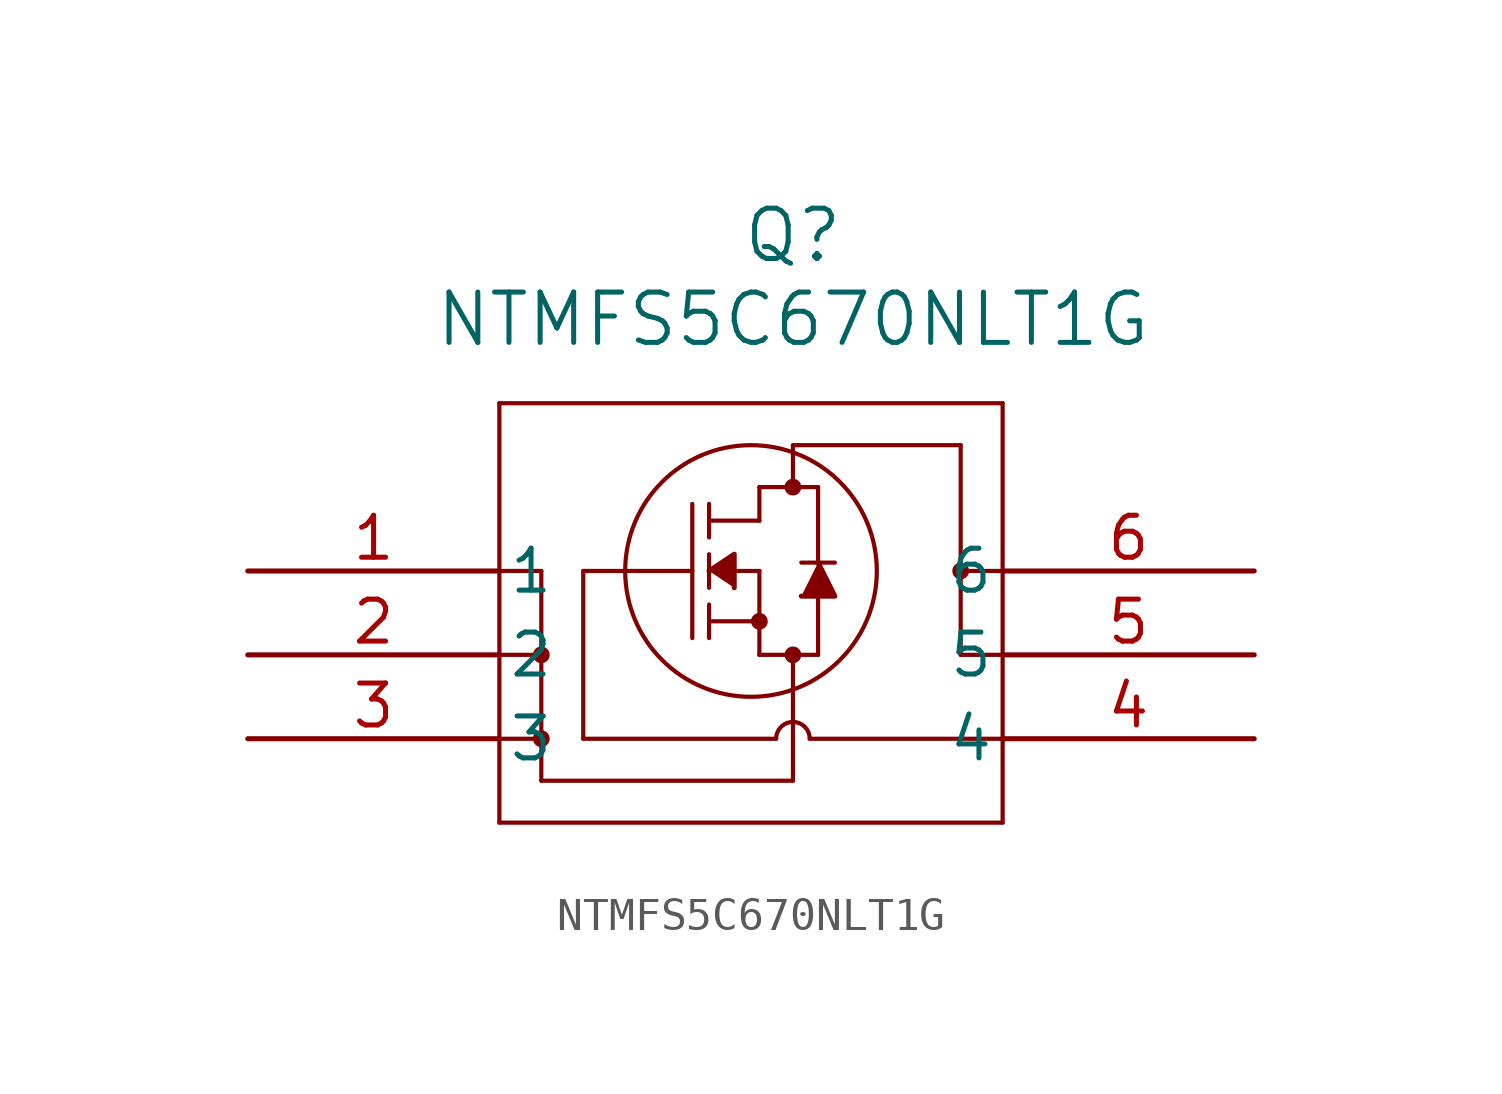
<source format=kicad_sym>
(kicad_symbol_lib
  (version 20211014)
  (generator kicad_symbol_editor)
  (symbol "NTMFS5C670NLT1G"
    (pin_names
      (offset 0.254))
    (property "Reference" "Q"
      (at 16.51 10.16 0)
      (effects (font (size 1.524 1.524))))
    (property "Value" "NTMFS5C670NLT1G"
      (at 16.51 7.62 0)
      (effects (font (size 1.524 1.524))))
    (symbol "NTMFS5C670NLT1G_0_1"
      (circle (center 15.24 0) (radius 3.81) (stroke (width 0.127) (type default) (color 0 0 0 0)) (fill (type none)))
      (polyline (pts (xy 7.62 -7.62) (xy 22.86 -7.62)) (stroke (width 0.127) (type default) (color 0 0 0 0)) (fill (type none)))
      (polyline (pts (xy 22.86 -7.62) (xy 22.86 5.08)) (stroke (width 0.127) (type default) (color 0 0 0 0)) (fill (type none)))
      (polyline (pts (xy 22.86 5.08) (xy 7.62 5.08)) (stroke (width 0.127) (type default) (color 0 0 0 0)) (fill (type none)))
      (polyline (pts (xy 13.462 2.032) (xy 13.462 -2.032)) (stroke (width 0.127) (type default) (color 0 0 0 0)) (fill (type none)))
      (polyline (pts (xy 13.97 2.032) (xy 13.97 1.016)) (stroke (width 0.127) (type default) (color 0 0 0 0)) (fill (type none)))
      (polyline (pts (xy 13.97 0.508) (xy 13.97 -0.508)) (stroke (width 0.127) (type default) (color 0 0 0 0)) (fill (type none)))
      (polyline (pts (xy 13.97 -1.016) (xy 13.97 -2.032)) (stroke (width 0.127) (type default) (color 0 0 0 0)) (fill (type none)))
      (polyline (pts (xy 15.494 0) (xy 14.732 0)) (stroke (width 0.127) (type default) (color 0 0 0 0)) (fill (type none)))
      (polyline (pts (xy 13.97 -1.524) (xy 15.494 -1.524)) (stroke (width 0.127) (type default) (color 0 0 0 0)) (fill (type none)))
      (polyline (pts (xy 15.494 0) (xy 15.494 -2.54)) (stroke (width 0.127) (type default) (color 0 0 0 0)) (fill (type none)))
      (polyline (pts (xy 15.494 -2.54) (xy 17.272 -2.54)) (stroke (width 0.127) (type default) (color 0 0 0 0)) (fill (type none)))
      (polyline (pts (xy 17.272 -2.54) (xy 17.272 -0.762)) (stroke (width 0.127) (type default) (color 0 0 0 0)) (fill (type none)))
      (polyline (pts (xy 17.78 0.254) (xy 16.764 0.254)) (stroke (width 0.127) (type default) (color 0 0 0 0)) (fill (type none)))
      (polyline (pts (xy 13.97 1.524) (xy 15.494 1.524)) (stroke (width 0.127) (type default) (color 0 0 0 0)) (fill (type none)))
      (polyline (pts (xy 15.494 2.54) (xy 15.494 1.524)) (stroke (width 0.127) (type default) (color 0 0 0 0)) (fill (type none)))
      (polyline (pts (xy 15.494 2.54) (xy 17.272 2.54)) (stroke (width 0.127) (type default) (color 0 0 0 0)) (fill (type none)))
      (polyline (pts (xy 17.272 2.54) (xy 17.272 0.254)) (stroke (width 0.127) (type default) (color 0 0 0 0)) (fill (type none)))
      (circle (center 16.51 2.54) (radius 0.127) (stroke (width 0.254) (type default) (color 0 0 0 0)) (fill (type none)))
      (circle (center 15.494 -1.524) (radius 0.127) (stroke (width 0.254) (type default) (color 0 0 0 0)) (fill (type none)))
      (circle (center 16.51 -2.54) (radius 0.127) (stroke (width 0.254) (type default) (color 0 0 0 0)) (fill (type none)))
      (polyline (pts (xy 16.51 3.81) (xy 16.51 2.54)) (stroke (width 0.127) (type default) (color 0 0 0 0)) (fill (type none)))
      (polyline (pts (xy 16.51 3.81) (xy 21.59 3.81)) (stroke (width 0.127) (type default) (color 0 0 0 0)) (fill (type none)))
      (polyline (pts (xy 21.59 3.81) (xy 21.59 -2.54)) (stroke (width 0.127) (type default) (color 0 0 0 0)) (fill (type none)))
      (polyline (pts (xy 21.59 -2.54) (xy 22.86 -2.54)) (stroke (width 0.127) (type default) (color 0 0 0 0)) (fill (type none)))
      (polyline (pts (xy 22.86 0) (xy 21.59 0)) (stroke (width 0.127) (type default) (color 0 0 0 0)) (fill (type none)))
      (polyline (pts (xy 7.62 0) (xy 8.89 0)) (stroke (width 0.127) (type default) (color 0 0 0 0)) (fill (type none)))
      (polyline (pts (xy 7.62 -2.54) (xy 8.89 -2.54)) (stroke (width 0.127) (type default) (color 0 0 0 0)) (fill (type none)))
      (polyline (pts (xy 16.002 -5.08) (xy 10.16 -5.08)) (stroke (width 0.127) (type default) (color 0 0 0 0)) (fill (type none)))
      (polyline (pts (xy 10.16 -5.08) (xy 10.16 0)) (stroke (width 0.127) (type default) (color 0 0 0 0)) (fill (type none)))
      (polyline (pts (xy 13.462 0) (xy 10.16 0)) (stroke (width 0.127) (type default) (color 0 0 0 0)) (fill (type none)))
      (polyline (pts (xy 7.62 -5.08) (xy 8.89 -5.08)) (stroke (width 0.127) (type default) (color 0 0 0 0)) (fill (type none)))
      (polyline (pts (xy 8.89 0) (xy 8.89 -6.35)) (stroke (width 0.127) (type default) (color 0 0 0 0)) (fill (type none)))
      (circle (center 8.89 -2.54) (radius 0.127) (stroke (width 0.254) (type default) (color 0 0 0 0)) (fill (type none)))
      (circle (center 8.89 -5.08) (radius 0.127) (stroke (width 0.254) (type default) (color 0 0 0 0)) (fill (type none)))
      (polyline (pts (xy 8.89 -6.35) (xy 16.51 -6.35)) (stroke (width 0.127) (type default) (color 0 0 0 0)) (fill (type none)))
      (polyline (pts (xy 16.51 -6.35) (xy 16.51 -2.54)) (stroke (width 0.127) (type default) (color 0 0 0 0)) (fill (type none)))
      (polyline (pts (xy 17.018 -5.08) (xy 22.86 -5.08)) (stroke (width 0.127) (type default) (color 0 0 0 0)) (fill (type none)))
      (arc (start 17.018 -5.08) (mid 16.51 -4.572) (end 16.002 -5.08) (stroke (width 0.127) (type default) (color 0 0 0 0)) (fill (type none)))
      (circle (center 21.59 0) (radius 0.127) (stroke (width 0.254) (type default) (color 0 0 0 0)) (fill (type none)))
      (polyline (pts (xy 7.62 5.08) (xy 7.62 -7.62)) (stroke (width 0.127) (type default) (color 0 0 0 0)) (fill (type none)))
      (polyline (pts (xy 17.272 0.254) (xy 17.78 -0.762) (xy 16.764 -0.762)) (stroke (width 0) (type default) (color 0 0 0 0)) (fill (type outline)))
      (polyline (pts (xy 13.97 0) (xy 14.732 0.508) (xy 14.732 -0.508)) (stroke (width 0) (type default) (color 0 0 0 0)) (fill (type outline)))
      (pin unspecified line (at 0 0 0) (length 7.62) (name "1" (effects (font (size 1.27 1.27)))) (number "1" (effects (font (size 1.27 1.27)))))
      (pin unspecified line (at 0 -2.54 0) (length 7.62) (name "2" (effects (font (size 1.27 1.27)))) (number "2" (effects (font (size 1.27 1.27)))))
      (pin unspecified line (at 0 -5.08 0) (length 7.62) (name "3" (effects (font (size 1.27 1.27)))) (number "3" (effects (font (size 1.27 1.27)))))
      (pin unspecified line (at 30.48 -5.08 180) (length 7.62) (name "4" (effects (font (size 1.27 1.27)))) (number "4" (effects (font (size 1.27 1.27)))))
      (pin unspecified line (at 30.48 -2.54 180) (length 7.62) (name "5" (effects (font (size 1.27 1.27)))) (number "5" (effects (font (size 1.27 1.27)))))
      (pin unspecified line (at 30.48 0 180) (length 7.62) (name "6" (effects (font (size 1.27 1.27)))) (number "6" (effects (font (size 1.27 1.27))))))))
</source>
